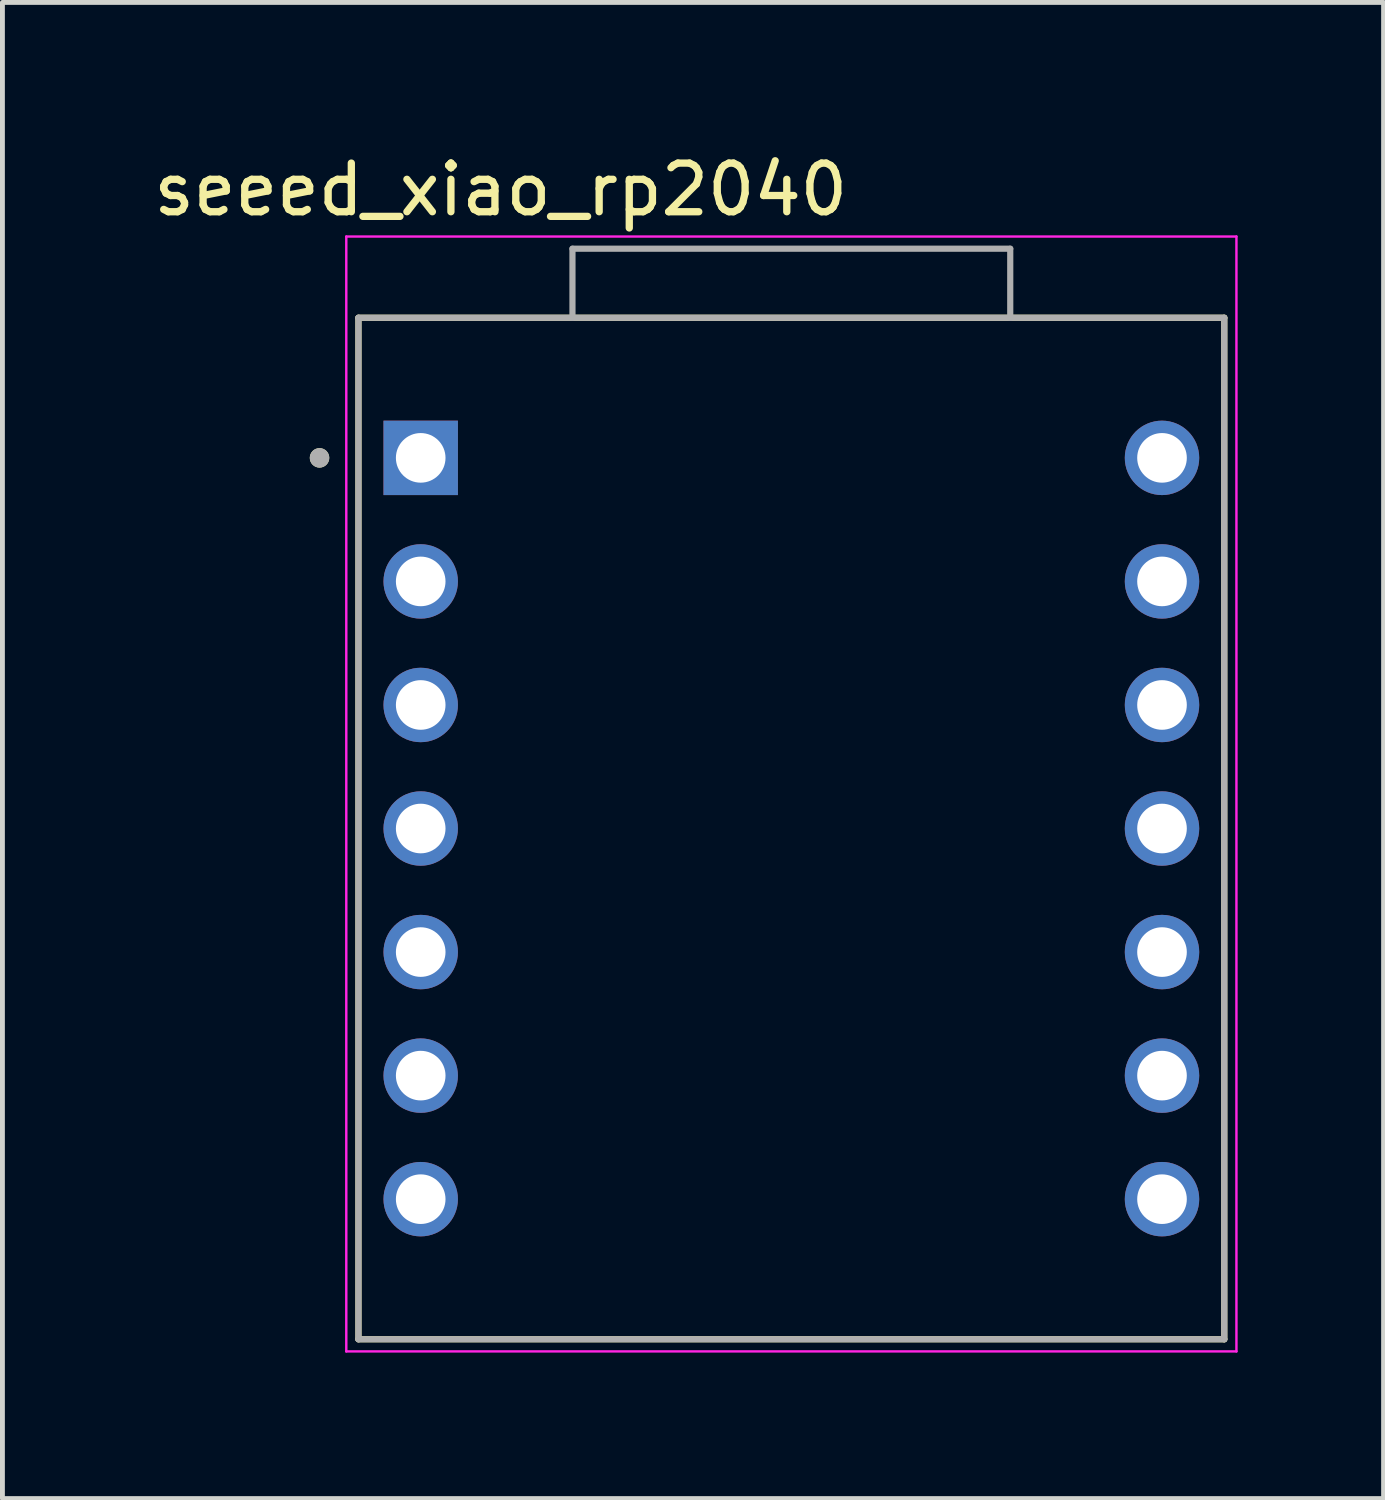
<source format=kicad_pcb>
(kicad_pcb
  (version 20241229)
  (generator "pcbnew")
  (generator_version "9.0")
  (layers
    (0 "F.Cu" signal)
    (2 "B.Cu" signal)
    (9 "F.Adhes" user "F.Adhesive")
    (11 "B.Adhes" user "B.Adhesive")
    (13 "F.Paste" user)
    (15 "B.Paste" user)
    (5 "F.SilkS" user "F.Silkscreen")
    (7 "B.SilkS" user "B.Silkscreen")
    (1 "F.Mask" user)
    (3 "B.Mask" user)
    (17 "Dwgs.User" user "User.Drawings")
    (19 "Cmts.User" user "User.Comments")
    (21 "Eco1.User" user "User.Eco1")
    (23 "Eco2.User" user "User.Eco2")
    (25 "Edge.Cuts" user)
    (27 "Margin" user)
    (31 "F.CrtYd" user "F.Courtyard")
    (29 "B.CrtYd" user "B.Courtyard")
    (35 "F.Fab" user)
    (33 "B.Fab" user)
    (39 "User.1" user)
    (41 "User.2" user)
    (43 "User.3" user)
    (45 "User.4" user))
  (footprint "seeed_xiao_rp2040"
    (layer "F.Cu")
    (at 13.219 13.983)
    (property "Reference" "seeed_xiao_rp2040" (at -5.975 -13.135 0) (layer "F.SilkS") (effects (font (size 1 1) (thickness 0.15))))
    (attr through_hole)
    (fp_line (start -8.9 -10.5) (end -8.9 10.5) (stroke (width 0.127) (type solid)) (layer "F.SilkS"))
    (fp_line (start -8.9 10.5) (end 8.9 10.5) (stroke (width 0.127) (type solid)) (layer "F.SilkS"))
    (fp_line (start 8.9 -10.5) (end -8.9 -10.5) (stroke (width 0.127) (type solid)) (layer "F.SilkS"))
    (fp_line (start 8.9 10.5) (end 8.9 -10.5) (stroke (width 0.127) (type solid)) (layer "F.SilkS"))
    (fp_circle (center -9.7 -7.62) (end -9.6 -7.62) (stroke (width 0.2) (type solid)) (fill no) (layer "F.SilkS"))
    (fp_line (start -9.15 -12.17) (end 9.15 -12.17) (stroke (width 0.05) (type solid)) (layer "F.CrtYd"))
    (fp_line (start -9.15 10.75) (end -9.15 -12.17) (stroke (width 0.05) (type solid)) (layer "F.CrtYd"))
    (fp_line (start 9.15 -12.17) (end 9.15 10.75) (stroke (width 0.05) (type solid)) (layer "F.CrtYd"))
    (fp_line (start 9.15 10.75) (end -9.15 10.75) (stroke (width 0.05) (type solid)) (layer "F.CrtYd"))
    (fp_line (start -8.9 -10.5) (end -8.9 10.5) (stroke (width 0.127) (type solid)) (layer "F.Fab"))
    (fp_line (start -8.9 10.5) (end 8.9 10.5) (stroke (width 0.127) (type solid)) (layer "F.Fab"))
    (fp_line (start -4.5 -11.92) (end 4.5 -11.92) (stroke (width 0.127) (type solid)) (layer "F.Fab"))
    (fp_line (start -4.5 -10.5) (end -8.9 -10.5) (stroke (width 0.127) (type solid)) (layer "F.Fab"))
    (fp_line (start -4.5 -10.5) (end -4.5 -11.92) (stroke (width 0.127) (type solid)) (layer "F.Fab"))
    (fp_line (start 4.5 -11.92) (end 4.5 -10.5) (stroke (width 0.127) (type solid)) (layer "F.Fab"))
    (fp_line (start 4.5 -10.5) (end -4.5 -10.5) (stroke (width 0.127) (type solid)) (layer "F.Fab"))
    (fp_line (start 8.9 -10.5) (end 4.5 -10.5) (stroke (width 0.127) (type solid)) (layer "F.Fab"))
    (fp_line (start 8.9 -10.5) (end 8.9 10.5) (stroke (width 0.127) (type solid)) (layer "F.Fab"))
    (fp_circle (center -9.7 -7.62) (end -9.6 -7.62) (stroke (width 0.2) (type solid)) (fill no) (layer "F.Fab"))
    (pad "1" thru_hole rect (at -7.62 -7.62) (size 1.53 1.53) (drill 1.02) (layers "*.Cu" "*.Mask"))
    (pad "2" thru_hole circle (at -7.62 -5.08) (size 1.53 1.53) (drill 1.02) (layers "*.Cu" "*.Mask"))
    (pad "3" thru_hole circle (at -7.62 -2.54) (size 1.53 1.53) (drill 1.02) (layers "*.Cu" "*.Mask"))
    (pad "4" thru_hole circle (at -7.62 0) (size 1.53 1.53) (drill 1.02) (layers "*.Cu" "*.Mask"))
    (pad "5" thru_hole circle (at -7.62 2.54) (size 1.53 1.53) (drill 1.02) (layers "*.Cu" "*.Mask"))
    (pad "6" thru_hole circle (at -7.62 5.08) (size 1.53 1.53) (drill 1.02) (layers "*.Cu" "*.Mask"))
    (pad "7" thru_hole circle (at -7.62 7.62) (size 1.53 1.53) (drill 1.02) (layers "*.Cu" "*.Mask"))
    (pad "8" thru_hole circle (at 7.62 7.62) (size 1.53 1.53) (drill 1.02) (layers "*.Cu" "*.Mask"))
    (pad "9" thru_hole circle (at 7.62 5.08) (size 1.53 1.53) (drill 1.02) (layers "*.Cu" "*.Mask"))
    (pad "10" thru_hole circle (at 7.62 2.54) (size 1.53 1.53) (drill 1.02) (layers "*.Cu" "*.Mask"))
    (pad "11" thru_hole circle (at 7.62 0) (size 1.53 1.53) (drill 1.02) (layers "*.Cu" "*.Mask"))
    (pad "12" thru_hole circle (at 7.62 -2.54) (size 1.53 1.53) (drill 1.02) (layers "*.Cu" "*.Mask"))
    (pad "13" thru_hole circle (at 7.62 -5.08) (size 1.53 1.53) (drill 1.02) (layers "*.Cu" "*.Mask"))
    (pad "14" thru_hole circle (at 7.62 -7.62) (size 1.53 1.53) (drill 1.02) (layers "*.Cu" "*.Mask")))
  (gr_rect
    (start -3 -3)
    (end 25.394 27.758)
    (stroke (width 0.1) (type default))
    (fill no)
    (layer "Edge.Cuts")))
</source>
